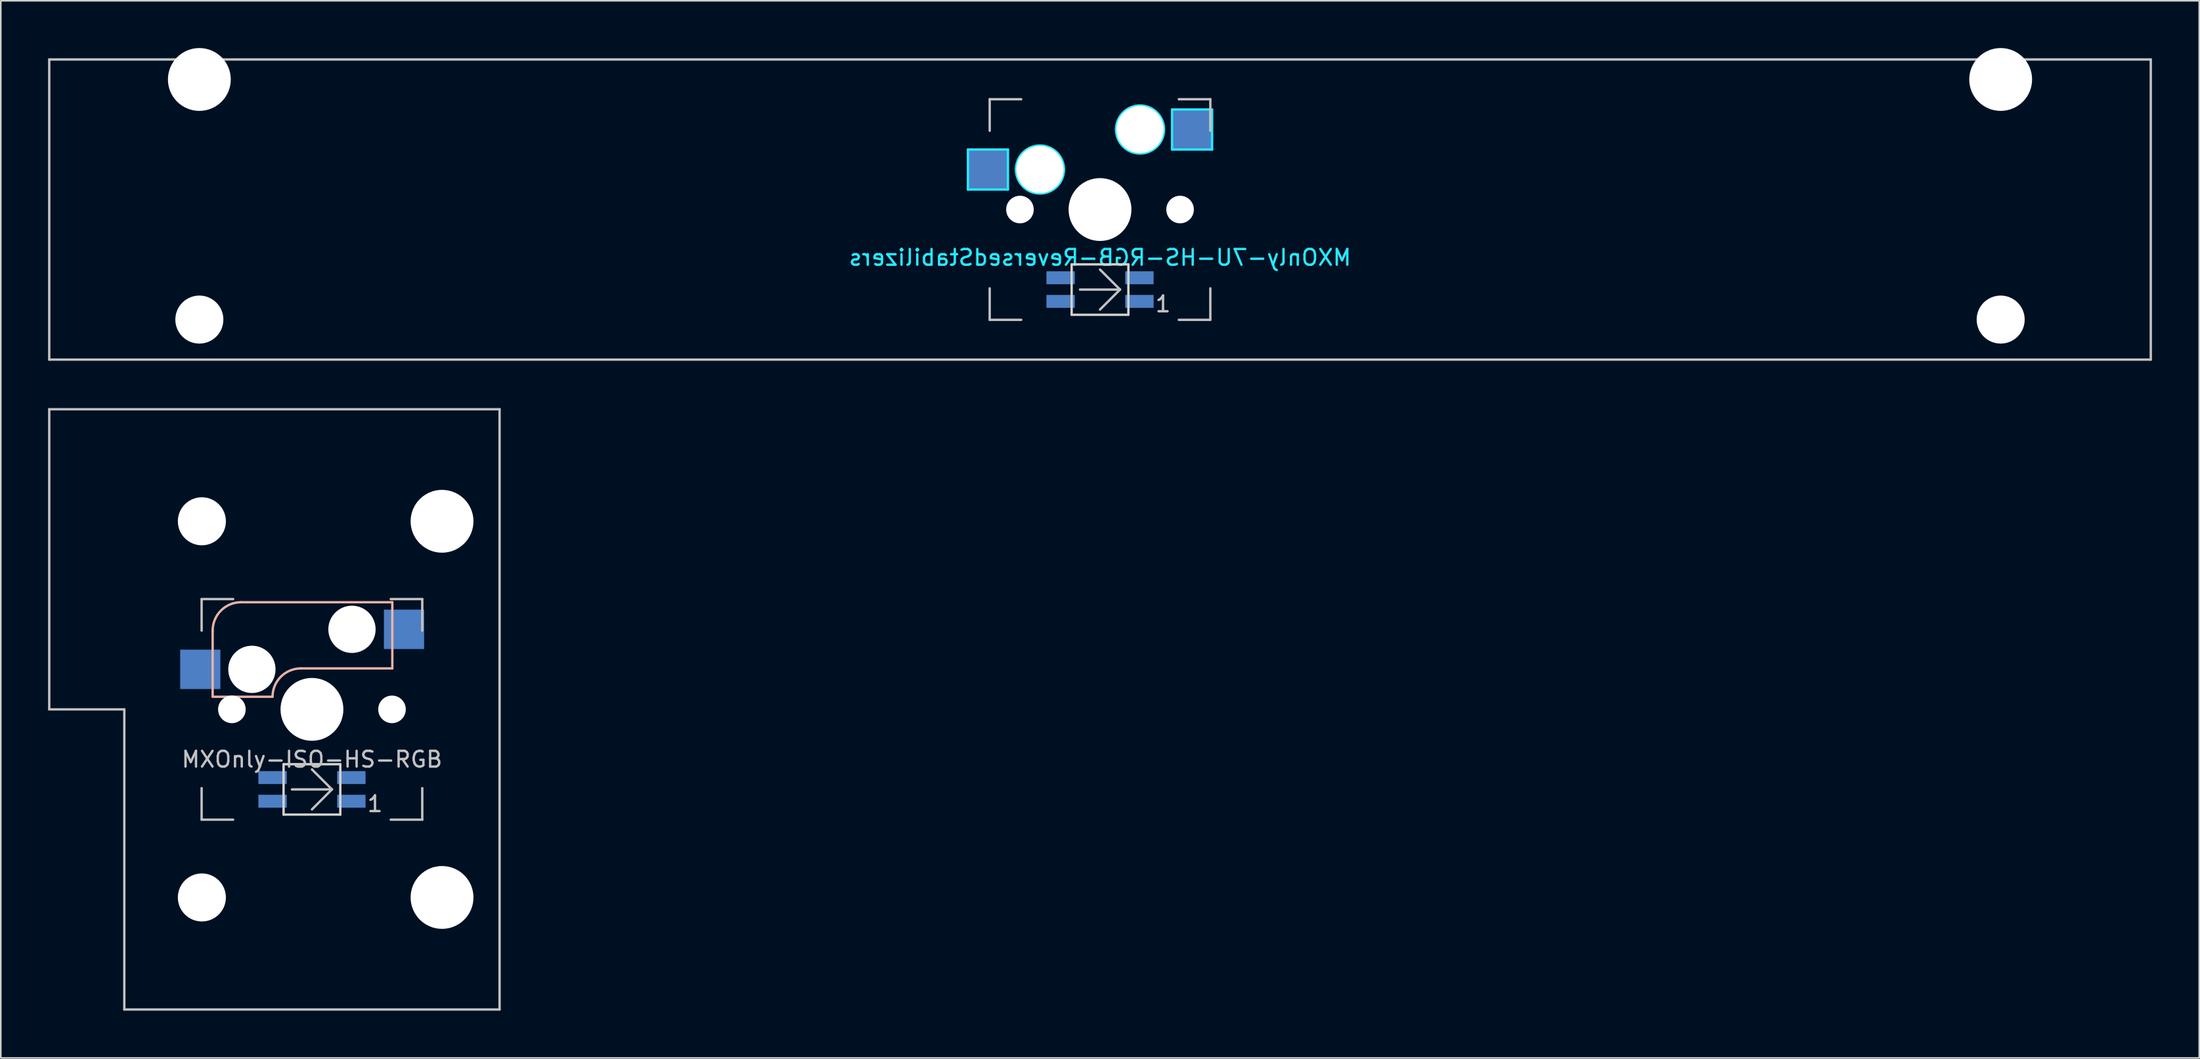
<source format=kicad_pcb>
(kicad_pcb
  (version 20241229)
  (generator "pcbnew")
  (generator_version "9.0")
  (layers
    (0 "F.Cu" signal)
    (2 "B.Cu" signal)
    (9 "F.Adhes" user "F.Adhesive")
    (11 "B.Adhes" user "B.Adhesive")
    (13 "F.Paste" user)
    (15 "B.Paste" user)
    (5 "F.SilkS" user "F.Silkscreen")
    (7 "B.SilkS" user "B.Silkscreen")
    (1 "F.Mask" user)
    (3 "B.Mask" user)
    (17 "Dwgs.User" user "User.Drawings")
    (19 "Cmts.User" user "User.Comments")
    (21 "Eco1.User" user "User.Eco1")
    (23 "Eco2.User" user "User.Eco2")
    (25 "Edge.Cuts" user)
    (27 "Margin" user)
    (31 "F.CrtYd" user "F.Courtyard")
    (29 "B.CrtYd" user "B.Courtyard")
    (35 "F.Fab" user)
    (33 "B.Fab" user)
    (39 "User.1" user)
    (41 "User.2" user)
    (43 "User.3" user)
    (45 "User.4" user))
  (footprint "MXOnly-7U-HS-RGB-ReversedStabilizers"
    (layer "F.Cu")
    (at 66.75 10.249)
    (property "Reference" "MXOnly-7U-HS-RGB-ReversedStabilizers" (at 0 3.048 0) (layer "B.CrtYd") (effects (font (size 1 1) (thickness 0.15)) (justify mirror)))
    (attr smd)
    (fp_line (start -66.675 -9.525) (end 66.675 -9.525) (stroke (width 0.15) (type solid)) (layer "Dwgs.User"))
    (fp_line (start -66.675 9.525) (end -66.675 -9.525) (stroke (width 0.15) (type solid)) (layer "Dwgs.User"))
    (fp_line (start -7 -7) (end -7 -5) (stroke (width 0.15) (type solid)) (layer "Dwgs.User"))
    (fp_line (start -7 5) (end -7 7) (stroke (width 0.15) (type solid)) (layer "Dwgs.User"))
    (fp_line (start -7 7) (end -5 7) (stroke (width 0.15) (type solid)) (layer "Dwgs.User"))
    (fp_line (start -5 -7) (end -7 -7) (stroke (width 0.15) (type solid)) (layer "Dwgs.User"))
    (fp_line (start -1.27 5.08) (end 1.27 5.08) (stroke (width 0.15) (type solid)) (layer "Dwgs.User"))
    (fp_line (start 1.27 5.08) (end 0 3.81) (stroke (width 0.15) (type solid)) (layer "Dwgs.User"))
    (fp_line (start 1.27 5.08) (end 0 6.35) (stroke (width 0.15) (type solid)) (layer "Dwgs.User"))
    (fp_line (start 5 -7) (end 7 -7) (stroke (width 0.15) (type solid)) (layer "Dwgs.User"))
    (fp_line (start 5 7) (end 7 7) (stroke (width 0.15) (type solid)) (layer "Dwgs.User"))
    (fp_line (start 7 -7) (end 7 -5) (stroke (width 0.15) (type solid)) (layer "Dwgs.User"))
    (fp_line (start 7 7) (end 7 5) (stroke (width 0.15) (type solid)) (layer "Dwgs.User"))
    (fp_line (start 66.675 -9.525) (end 66.675 9.525) (stroke (width 0.15) (type solid)) (layer "Dwgs.User"))
    (fp_line (start 66.675 9.525) (end -66.675 9.525) (stroke (width 0.15) (type solid)) (layer "Dwgs.User"))
    (fp_line (start -1.8 3.48) (end -1.8 6.68) (stroke (width 0.15) (type solid)) (layer "Edge.Cuts"))
    (fp_line (start -1.8 3.48) (end 1.8 3.48) (stroke (width 0.15) (type solid)) (layer "Edge.Cuts"))
    (fp_line (start 1.8 3.48) (end 1.8 6.68) (stroke (width 0.15) (type solid)) (layer "Edge.Cuts"))
    (fp_line (start 1.8 6.68) (end -1.8 6.68) (stroke (width 0.15) (type solid)) (layer "Edge.Cuts"))
    (fp_line (start -8.382 -3.81) (end -5.842 -3.81) (stroke (width 0.15) (type solid)) (layer "B.CrtYd"))
    (fp_line (start -8.382 -1.27) (end -8.382 -3.81) (stroke (width 0.15) (type solid)) (layer "B.CrtYd"))
    (fp_line (start -5.842 -3.81) (end -5.842 -1.27) (stroke (width 0.15) (type solid)) (layer "B.CrtYd"))
    (fp_line (start -5.842 -1.27) (end -8.382 -1.27) (stroke (width 0.15) (type solid)) (layer "B.CrtYd"))
    (fp_line (start 4.572 -6.35) (end 7.112 -6.35) (stroke (width 0.15) (type solid)) (layer "B.CrtYd"))
    (fp_line (start 4.572 -3.81) (end 4.572 -6.35) (stroke (width 0.15) (type solid)) (layer "B.CrtYd"))
    (fp_line (start 7.112 -6.35) (end 7.112 -3.81) (stroke (width 0.15) (type solid)) (layer "B.CrtYd"))
    (fp_line (start 7.112 -3.81) (end 4.572 -3.81) (stroke (width 0.15) (type solid)) (layer "B.CrtYd"))
    (fp_circle (center -3.81 -2.54) (end -3.81 -4.064) (stroke (width 0.15) (type solid)) (fill no) (layer "B.CrtYd"))
    (fp_circle (center 2.54 -5.08) (end 2.54 -6.604) (stroke (width 0.15) (type solid)) (fill no) (layer "B.CrtYd"))
    (fp_text user "1" (at 4 6 0) (layer "Dwgs.User") (effects (font (size 1 1) (thickness 0.15))))
    (pad "" np_thru_hole circle (at -57.15 -8.255) (size 3.988 3.988) (drill 3.988) (layers "*.Cu" "*.Mask"))
    (pad "" np_thru_hole circle (at -57.15 6.985) (size 3.048 3.048) (drill 3.048) (layers "*.Cu" "*.Mask"))
    (pad "" np_thru_hole circle (at -5.08 0 48.1) (size 1.75 1.75) (drill 1.75) (layers "*.Cu" "*.Mask"))
    (pad "" np_thru_hole circle (at -3.81 -2.54) (size 3 3) (drill 3) (layers "*.Cu" "*.Mask"))
    (pad "" np_thru_hole circle (at 0 0) (size 3.988 3.988) (drill 3.988) (layers "*.Cu" "*.Mask"))
    (pad "" np_thru_hole circle (at 2.54 -5.08) (size 3 3) (drill 3) (layers "*.Cu" "*.Mask"))
    (pad "" np_thru_hole circle (at 5.08 0 48.1) (size 1.75 1.75) (drill 1.75) (layers "*.Cu" "*.Mask"))
    (pad "" np_thru_hole circle (at 57.15 -8.255) (size 3.988 3.988) (drill 3.988) (layers "*.Cu" "*.Mask"))
    (pad "" np_thru_hole circle (at 57.15 6.985) (size 3.048 3.048) (drill 3.048) (layers "*.Cu" "*.Mask"))
    (pad "1" smd rect (at -7.085 -2.54) (size 2.55 2.5) (layers "B.Cu" "B.Mask" "B.Paste"))
    (pad "2" smd rect (at 5.842 -5.08) (size 2.55 2.5) (layers "B.Cu" "B.Mask" "B.Paste"))
    (pad "3" smd rect (at 2.5 5.83) (size 1.8 0.82) (layers "B.Cu" "B.Mask" "B.Paste"))
    (pad "4" smd rect (at 2.5 4.33) (size 1.8 0.82) (layers "B.Cu" "B.Mask" "B.Paste"))
    (pad "5" smd rect (at -2.5 4.33) (size 1.8 0.82) (layers "B.Cu" "B.Mask" "B.Paste"))
    (pad "6" smd rect (at -2.5 5.83) (size 1.8 0.82) (layers "B.Cu" "B.Mask" "B.Paste")))
  (footprint "MXOnly-ISO-HS-RGB"
    (layer "F.Cu")
    (at 16.744 41.974)
    (property "Reference" "MXOnly-ISO-HS-RGB" (at 0 3.175 0) (layer "Dwgs.User") (effects (font (size 1 1) (thickness 0.15))))
    (attr through_hole)
    (fp_line (start -6.3 -5) (end -6.3 -0.8) (stroke (width 0.15) (type solid)) (layer "B.SilkS"))
    (fp_line (start -6.3 -0.8) (end -2.5 -0.8) (stroke (width 0.15) (type solid)) (layer "B.SilkS"))
    (fp_line (start -0.7 -2.6) (end 5.1 -2.6) (stroke (width 0.15) (type solid)) (layer "B.SilkS"))
    (fp_line (start 5.1 -6.8) (end -4.5 -6.8) (stroke (width 0.15) (type solid)) (layer "B.SilkS"))
    (fp_line (start 5.1 -2.6) (end 5.1 -6.8) (stroke (width 0.15) (type solid)) (layer "B.SilkS"))
    (fp_arc (start -6.3 -5) (mid -5.772792 -6.272792) (end -4.5 -6.8) (stroke (width 0.15) (type solid)) (layer "B.SilkS"))
    (fp_arc (start -2.5 -0.8) (mid -1.972792 -2.072792) (end -0.7 -2.6) (stroke (width 0.15) (type solid)) (layer "B.SilkS"))
    (fp_line (start -16.669 -19.05) (end -16.669 0) (stroke (width 0.15) (type solid)) (layer "Dwgs.User"))
    (fp_line (start -16.669 -19.05) (end 11.906 -19.05) (stroke (width 0.15) (type solid)) (layer "Dwgs.User"))
    (fp_line (start -11.906 0) (end -16.669 0) (stroke (width 0.15) (type solid)) (layer "Dwgs.User"))
    (fp_line (start -11.906 19.05) (end -11.906 0) (stroke (width 0.15) (type solid)) (layer "Dwgs.User"))
    (fp_line (start -11.906 19.05) (end 11.906 19.05) (stroke (width 0.15) (type solid)) (layer "Dwgs.User"))
    (fp_line (start -7 -7) (end -7 -5) (stroke (width 0.15) (type solid)) (layer "Dwgs.User"))
    (fp_line (start -7 5) (end -7 7) (stroke (width 0.15) (type solid)) (layer "Dwgs.User"))
    (fp_line (start -7 7) (end -5 7) (stroke (width 0.15) (type solid)) (layer "Dwgs.User"))
    (fp_line (start -5 -7) (end -7 -7) (stroke (width 0.15) (type solid)) (layer "Dwgs.User"))
    (fp_line (start -1.27 5.08) (end 1.27 5.08) (stroke (width 0.15) (type solid)) (layer "Dwgs.User"))
    (fp_line (start 1.27 5.08) (end 0 3.81) (stroke (width 0.15) (type solid)) (layer "Dwgs.User"))
    (fp_line (start 1.27 5.08) (end 0 6.35) (stroke (width 0.15) (type solid)) (layer "Dwgs.User"))
    (fp_line (start 5 -7) (end 7 -7) (stroke (width 0.15) (type solid)) (layer "Dwgs.User"))
    (fp_line (start 5 7) (end 7 7) (stroke (width 0.15) (type solid)) (layer "Dwgs.User"))
    (fp_line (start 7 -7) (end 7 -5) (stroke (width 0.15) (type solid)) (layer "Dwgs.User"))
    (fp_line (start 7 7) (end 7 5) (stroke (width 0.15) (type solid)) (layer "Dwgs.User"))
    (fp_line (start 11.906 -19.05) (end 11.906 19.05) (stroke (width 0.15) (type solid)) (layer "Dwgs.User"))
    (fp_line (start -1.8 3.48) (end -1.8 6.68) (stroke (width 0.15) (type solid)) (layer "Edge.Cuts"))
    (fp_line (start -1.8 3.48) (end 1.8 3.48) (stroke (width 0.15) (type solid)) (layer "Edge.Cuts"))
    (fp_line (start 1.8 3.48) (end 1.8 6.68) (stroke (width 0.15) (type solid)) (layer "Edge.Cuts"))
    (fp_line (start 1.8 6.68) (end -1.8 6.68) (stroke (width 0.15) (type solid)) (layer "Edge.Cuts"))
    (fp_text user "1" (at 4 6 0) (layer "Dwgs.User") (effects (font (size 1 1) (thickness 0.15))))
    (pad "" np_thru_hole circle (at -6.985 -11.938) (size 3.048 3.048) (drill 3.048) (layers "*.Cu" "*.Mask"))
    (pad "" np_thru_hole circle (at -6.985 11.938) (size 3.048 3.048) (drill 3.048) (layers "*.Cu" "*.Mask"))
    (pad "" np_thru_hole circle (at -5.08 0 48.1) (size 1.75 1.75) (drill 1.75) (layers "*.Cu" "*.Mask"))
    (pad "" np_thru_hole circle (at -3.81 -2.54) (size 3 3) (drill 3) (layers "*.Cu" "*.Mask"))
    (pad "" np_thru_hole circle (at 0 0) (size 3.988 3.988) (drill 3.988) (layers "*.Cu" "*.Mask"))
    (pad "" np_thru_hole circle (at 2.54 -5.08) (size 3 3) (drill 3) (layers "*.Cu" "*.Mask"))
    (pad "" np_thru_hole circle (at 5.08 0 48.1) (size 1.75 1.75) (drill 1.75) (layers "*.Cu" "*.Mask"))
    (pad "" np_thru_hole circle (at 8.255 -11.938) (size 3.988 3.988) (drill 3.988) (layers "*.Cu" "*.Mask"))
    (pad "" np_thru_hole circle (at 8.255 11.938) (size 3.988 3.988) (drill 3.988) (layers "*.Cu" "*.Mask"))
    (pad "1" smd rect (at -7.085 -2.54) (size 2.55 2.5) (layers "B.Cu" "B.Mask" "B.Paste"))
    (pad "2" smd rect (at 5.842 -5.08) (size 2.55 2.5) (layers "B.Cu" "B.Mask" "B.Paste"))
    (pad "3" smd rect (at 2.5 5.83) (size 1.8 0.82) (layers "B.Cu" "B.Mask" "B.Paste"))
    (pad "4" smd rect (at 2.5 4.33) (size 1.8 0.82) (layers "B.Cu" "B.Mask" "B.Paste"))
    (pad "5" smd rect (at -2.5 4.33) (size 1.8 0.82) (layers "B.Cu" "B.Mask" "B.Paste"))
    (pad "6" smd rect (at -2.5 5.83) (size 1.8 0.82) (layers "B.Cu" "B.Mask" "B.Paste")))
  (gr_rect
    (start -3 -3)
    (end 136.5 64.099)
    (stroke (width 0.1) (type default))
    (fill no)
    (layer "Edge.Cuts")))
</source>
